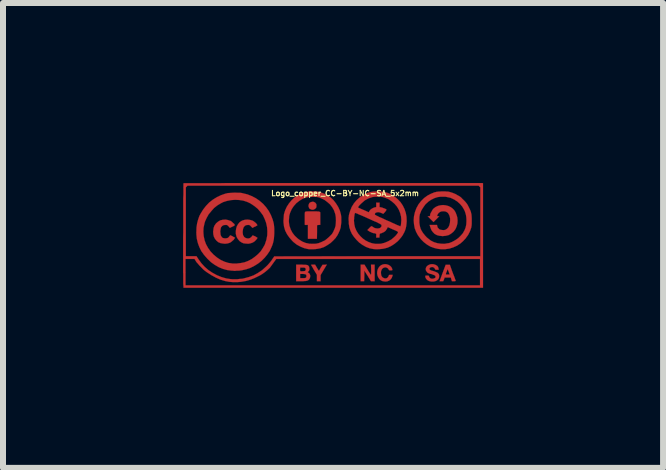
<source format=kicad_pcb>
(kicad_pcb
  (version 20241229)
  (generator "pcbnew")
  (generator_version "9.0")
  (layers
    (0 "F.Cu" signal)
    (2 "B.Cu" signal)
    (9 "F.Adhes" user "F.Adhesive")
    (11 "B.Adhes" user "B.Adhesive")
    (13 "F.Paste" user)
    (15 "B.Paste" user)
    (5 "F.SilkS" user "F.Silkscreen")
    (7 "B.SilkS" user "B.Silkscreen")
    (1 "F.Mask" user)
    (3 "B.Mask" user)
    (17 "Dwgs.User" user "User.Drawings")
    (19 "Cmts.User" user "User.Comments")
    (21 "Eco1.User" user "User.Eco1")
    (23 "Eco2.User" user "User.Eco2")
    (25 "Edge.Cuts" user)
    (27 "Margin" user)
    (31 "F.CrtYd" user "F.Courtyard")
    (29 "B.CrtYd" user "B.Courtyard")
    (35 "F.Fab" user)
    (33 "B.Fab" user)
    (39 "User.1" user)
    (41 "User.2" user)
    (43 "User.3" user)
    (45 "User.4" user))
  (footprint "Logo_copper_CC-BY-NC-SA_5x2mm"
    (layer "F.Cu")
    (at 2.501 0.872)
    (property "Reference" "Logo_copper_CC-BY-NC-SA_5x2mm" (at 0.2 -0.7 0) (layer "F.SilkS") (effects (font (size 0.089 0.089) (thickness 0.018))))
    (attr exclude_from_pos_files exclude_from_bom)
    (fp_poly (pts (xy -0.277 -0.488) (xy -0.279 -0.467) (xy -0.29 -0.45) (xy -0.307 -0.437) (xy -0.33 -0.427) (xy -0.345 -0.427) (xy -0.363 -0.429) (xy -0.366 -0.432) (xy -0.378 -0.437) (xy -0.386 -0.439) (xy -0.391 -0.442) (xy -0.396 -0.452) (xy -0.399 -0.455) (xy -0.409 -0.48) (xy -0.409 -0.503) (xy -0.401 -0.526) (xy -0.389 -0.544) (xy -0.368 -0.554) (xy -0.343 -0.559) (xy -0.34 -0.561) (xy -0.318 -0.556) (xy -0.297 -0.544) (xy -0.284 -0.528) (xy -0.277 -0.511) (xy -0.277 -0.488)) (stroke (width 0.003) (type solid)) (fill yes) (layer "F.Cu"))
    (fp_poly (pts (xy 0.693 0.765) (xy 0.663 0.765) (xy 0.632 0.765) (xy 0.577 0.676) (xy 0.521 0.587) (xy 0.521 0.676) (xy 0.518 0.765) (xy 0.488 0.765) (xy 0.46 0.765) (xy 0.46 0.627) (xy 0.46 0.488) (xy 0.49 0.488) (xy 0.523 0.488) (xy 0.577 0.577) (xy 0.592 0.602) (xy 0.607 0.625) (xy 0.62 0.643) (xy 0.627 0.655) (xy 0.632 0.66) (xy 0.632 0.655) (xy 0.635 0.643) (xy 0.635 0.622) (xy 0.635 0.597) (xy 0.635 0.574) (xy 0.632 0.488) (xy 0.663 0.488) (xy 0.693 0.488) (xy 0.693 0.627) (xy 0.693 0.765)) (stroke (width 0.003) (type solid)) (fill yes) (layer "F.Cu"))
    (fp_poly (pts (xy -0.104 0.488) (xy -0.157 0.577) (xy -0.208 0.663) (xy -0.208 0.714) (xy -0.208 0.765) (xy -0.239 0.765) (xy -0.269 0.765) (xy -0.269 0.711) (xy -0.269 0.658) (xy -0.318 0.577) (xy -0.333 0.551) (xy -0.345 0.528) (xy -0.356 0.511) (xy -0.363 0.498) (xy -0.368 0.493) (xy -0.363 0.49) (xy -0.353 0.49) (xy -0.335 0.488) (xy -0.3 0.488) (xy -0.269 0.541) (xy -0.254 0.566) (xy -0.244 0.582) (xy -0.236 0.589) (xy -0.234 0.589) (xy -0.229 0.582) (xy -0.221 0.569) (xy -0.211 0.549) (xy -0.203 0.536) (xy -0.175 0.49) (xy -0.14 0.49) (xy -0.104 0.488)) (stroke (width 0.003) (type solid)) (fill yes) (layer "F.Cu"))
    (fp_poly (pts (xy 2.045 0.759) (xy 2.04 0.762) (xy 2.027 0.765) (xy 2.012 0.765) (xy 1.981 0.765) (xy 1.971 0.734) (xy 1.963 0.704) (xy 1.943 0.704) (xy 1.943 0.653) (xy 1.928 0.61) (xy 1.92 0.589) (xy 1.915 0.574) (xy 1.91 0.569) (xy 1.91 0.566) (xy 1.905 0.574) (xy 1.9 0.587) (xy 1.895 0.602) (xy 1.887 0.62) (xy 1.882 0.635) (xy 1.88 0.648) (xy 1.88 0.65) (xy 1.885 0.653) (xy 1.895 0.653) (xy 1.91 0.653) (xy 1.943 0.653) (xy 1.943 0.704) (xy 1.91 0.704) (xy 1.859 0.704) (xy 1.849 0.734) (xy 1.836 0.765) (xy 1.806 0.765) (xy 1.775 0.765) (xy 1.826 0.627) (xy 1.877 0.49) (xy 1.913 0.49) (xy 1.946 0.49) (xy 1.994 0.625) (xy 2.007 0.658) (xy 2.019 0.688) (xy 2.029 0.716) (xy 2.037 0.739) (xy 2.042 0.752) (xy 2.045 0.759)) (stroke (width 0.003) (type solid)) (fill yes) (layer "F.Cu"))
    (fp_poly (pts (xy -0.213 -0.353) (xy -0.213 -0.338) (xy -0.213 -0.318) (xy -0.213 -0.29) (xy -0.213 -0.264) (xy -0.213 -0.175) (xy -0.239 -0.173) (xy -0.267 -0.17) (xy -0.267 -0.056) (xy -0.269 0.058) (xy -0.343 0.058) (xy -0.419 0.058) (xy -0.419 -0.056) (xy -0.419 -0.175) (xy -0.439 -0.173) (xy -0.455 -0.173) (xy -0.465 -0.173) (xy -0.467 -0.173) (xy -0.47 -0.175) (xy -0.472 -0.183) (xy -0.472 -0.198) (xy -0.472 -0.221) (xy -0.472 -0.249) (xy -0.472 -0.274) (xy -0.472 -0.31) (xy -0.472 -0.338) (xy -0.472 -0.358) (xy -0.47 -0.371) (xy -0.47 -0.381) (xy -0.467 -0.386) (xy -0.465 -0.389) (xy -0.462 -0.391) (xy -0.46 -0.394) (xy -0.455 -0.396) (xy -0.445 -0.396) (xy -0.432 -0.399) (xy -0.411 -0.399) (xy -0.386 -0.399) (xy -0.351 -0.399) (xy -0.343 -0.399) (xy -0.305 -0.399) (xy -0.274 -0.399) (xy -0.251 -0.396) (xy -0.234 -0.396) (xy -0.224 -0.391) (xy -0.216 -0.386) (xy -0.213 -0.381) (xy -0.213 -0.371) (xy -0.213 -0.361) (xy -0.213 -0.353)) (stroke (width 0.003) (type solid)) (fill yes) (layer "F.Cu"))
    (fp_poly (pts (xy 0.993 0.658) (xy 0.991 0.673) (xy 0.978 0.709) (xy 0.96 0.734) (xy 0.935 0.754) (xy 0.904 0.767) (xy 0.869 0.77) (xy 0.846 0.767) (xy 0.82 0.762) (xy 0.8 0.752) (xy 0.78 0.737) (xy 0.77 0.726) (xy 0.752 0.699) (xy 0.739 0.665) (xy 0.734 0.632) (xy 0.737 0.597) (xy 0.747 0.561) (xy 0.765 0.531) (xy 0.775 0.518) (xy 0.8 0.498) (xy 0.831 0.485) (xy 0.864 0.48) (xy 0.894 0.483) (xy 0.925 0.493) (xy 0.95 0.508) (xy 0.973 0.531) (xy 0.978 0.544) (xy 0.986 0.559) (xy 0.988 0.572) (xy 0.988 0.574) (xy 0.988 0.579) (xy 0.983 0.582) (xy 0.97 0.584) (xy 0.963 0.584) (xy 0.945 0.584) (xy 0.937 0.582) (xy 0.93 0.577) (xy 0.927 0.569) (xy 0.912 0.549) (xy 0.892 0.538) (xy 0.871 0.533) (xy 0.848 0.538) (xy 0.828 0.549) (xy 0.813 0.566) (xy 0.808 0.577) (xy 0.8 0.597) (xy 0.798 0.622) (xy 0.8 0.65) (xy 0.805 0.673) (xy 0.808 0.678) (xy 0.823 0.699) (xy 0.843 0.711) (xy 0.866 0.719) (xy 0.889 0.716) (xy 0.899 0.711) (xy 0.912 0.701) (xy 0.922 0.686) (xy 0.93 0.671) (xy 0.93 0.665) (xy 0.93 0.663) (xy 0.937 0.66) (xy 0.953 0.658) (xy 0.96 0.658) (xy 0.993 0.658)) (stroke (width 0.003) (type solid)) (fill yes) (layer "F.Cu"))
    (fp_poly (pts (xy -1.633 0.041) (xy -1.643 0.053) (xy -1.656 0.074) (xy -1.676 0.091) (xy -1.697 0.109) (xy -1.717 0.122) (xy -1.722 0.124) (xy -1.758 0.135) (xy -1.801 0.14) (xy -1.831 0.137) (xy -1.875 0.13) (xy -1.913 0.114) (xy -1.943 0.089) (xy -1.968 0.058) (xy -1.986 0.023) (xy -1.996 -0.018) (xy -1.999 -0.066) (xy -1.996 -0.079) (xy -1.991 -0.122) (xy -1.979 -0.157) (xy -1.956 -0.191) (xy -1.948 -0.201) (xy -1.915 -0.229) (xy -1.88 -0.249) (xy -1.839 -0.259) (xy -1.793 -0.262) (xy -1.773 -0.259) (xy -1.75 -0.254) (xy -1.727 -0.246) (xy -1.709 -0.241) (xy -1.694 -0.231) (xy -1.679 -0.218) (xy -1.664 -0.203) (xy -1.648 -0.191) (xy -1.641 -0.178) (xy -1.638 -0.17) (xy -1.643 -0.165) (xy -1.654 -0.157) (xy -1.671 -0.147) (xy -1.679 -0.145) (xy -1.72 -0.124) (xy -1.742 -0.15) (xy -1.755 -0.163) (xy -1.765 -0.17) (xy -1.775 -0.173) (xy -1.788 -0.173) (xy -1.796 -0.173) (xy -1.824 -0.17) (xy -1.847 -0.157) (xy -1.864 -0.137) (xy -1.867 -0.135) (xy -1.872 -0.117) (xy -1.877 -0.091) (xy -1.88 -0.064) (xy -1.877 -0.036) (xy -1.875 -0.01) (xy -1.872 0) (xy -1.859 0.023) (xy -1.844 0.041) (xy -1.821 0.048) (xy -1.796 0.051) (xy -1.77 0.048) (xy -1.75 0.041) (xy -1.735 0.025) (xy -1.727 0.015) (xy -1.72 0.005) (xy -1.712 0) (xy -1.707 0) (xy -1.694 0.008) (xy -1.676 0.015) (xy -1.671 0.02) (xy -1.633 0.041)) (stroke (width 0.003) (type solid)) (fill yes) (layer "F.Cu"))
    (fp_poly (pts (xy -1.262 0.038) (xy -1.262 0.046) (xy -1.267 0.056) (xy -1.275 0.066) (xy -1.303 0.097) (xy -1.336 0.119) (xy -1.372 0.132) (xy -1.412 0.14) (xy -1.458 0.137) (xy -1.496 0.132) (xy -1.527 0.117) (xy -1.557 0.097) (xy -1.562 0.091) (xy -1.587 0.061) (xy -1.608 0.025) (xy -1.618 -0.015) (xy -1.621 -0.023) (xy -1.621 -0.069) (xy -1.615 -0.112) (xy -1.603 -0.152) (xy -1.582 -0.188) (xy -1.557 -0.218) (xy -1.527 -0.239) (xy -1.506 -0.249) (xy -1.468 -0.259) (xy -1.427 -0.262) (xy -1.384 -0.257) (xy -1.346 -0.246) (xy -1.341 -0.244) (xy -1.323 -0.234) (xy -1.303 -0.218) (xy -1.285 -0.203) (xy -1.27 -0.185) (xy -1.267 -0.178) (xy -1.262 -0.173) (xy -1.262 -0.168) (xy -1.267 -0.163) (xy -1.278 -0.157) (xy -1.295 -0.147) (xy -1.303 -0.145) (xy -1.344 -0.124) (xy -1.369 -0.15) (xy -1.382 -0.163) (xy -1.392 -0.17) (xy -1.4 -0.173) (xy -1.415 -0.173) (xy -1.42 -0.173) (xy -1.448 -0.17) (xy -1.468 -0.16) (xy -1.486 -0.14) (xy -1.494 -0.127) (xy -1.501 -0.102) (xy -1.506 -0.069) (xy -1.506 -0.038) (xy -1.501 -0.008) (xy -1.496 0.005) (xy -1.481 0.028) (xy -1.46 0.043) (xy -1.435 0.051) (xy -1.41 0.053) (xy -1.387 0.046) (xy -1.364 0.03) (xy -1.354 0.018) (xy -1.344 0.008) (xy -1.344 0.003) (xy -1.341 0) (xy -1.333 0.003) (xy -1.321 0.008) (xy -1.303 0.015) (xy -1.285 0.025) (xy -1.273 0.033) (xy -1.262 0.038)) (stroke (width 0.003) (type solid)) (fill yes) (layer "F.Cu"))
    (fp_poly (pts (xy -0.381 0.693) (xy -0.389 0.719) (xy -0.404 0.742) (xy -0.427 0.754) (xy -0.434 0.757) (xy -0.445 0.759) (xy -0.445 0.678) (xy -0.445 0.663) (xy -0.452 0.653) (xy -0.455 0.653) (xy -0.455 0.564) (xy -0.46 0.551) (xy -0.462 0.546) (xy -0.47 0.541) (xy -0.483 0.538) (xy -0.503 0.538) (xy -0.508 0.538) (xy -0.549 0.538) (xy -0.549 0.554) (xy -0.551 0.572) (xy -0.549 0.584) (xy -0.549 0.592) (xy -0.546 0.597) (xy -0.538 0.599) (xy -0.523 0.599) (xy -0.513 0.599) (xy -0.488 0.597) (xy -0.47 0.594) (xy -0.465 0.592) (xy -0.457 0.579) (xy -0.455 0.564) (xy -0.455 0.653) (xy -0.465 0.648) (xy -0.483 0.645) (xy -0.508 0.643) (xy -0.549 0.643) (xy -0.549 0.678) (xy -0.549 0.714) (xy -0.505 0.714) (xy -0.483 0.714) (xy -0.467 0.711) (xy -0.457 0.709) (xy -0.452 0.706) (xy -0.445 0.693) (xy -0.445 0.678) (xy -0.445 0.759) (xy -0.447 0.759) (xy -0.46 0.762) (xy -0.48 0.762) (xy -0.505 0.765) (xy -0.531 0.765) (xy -0.615 0.765) (xy -0.615 0.627) (xy -0.615 0.488) (xy -0.531 0.488) (xy -0.495 0.49) (xy -0.467 0.49) (xy -0.447 0.493) (xy -0.432 0.495) (xy -0.419 0.5) (xy -0.411 0.508) (xy -0.406 0.513) (xy -0.399 0.526) (xy -0.396 0.546) (xy -0.394 0.566) (xy -0.396 0.577) (xy -0.401 0.589) (xy -0.411 0.602) (xy -0.414 0.602) (xy -0.422 0.612) (xy -0.422 0.617) (xy -0.419 0.617) (xy -0.406 0.627) (xy -0.391 0.64) (xy -0.384 0.658) (xy -0.381 0.665) (xy -0.381 0.693)) (stroke (width 0.003) (type solid)) (fill yes) (layer "F.Cu"))
    (fp_poly (pts (xy 1.768 0.693) (xy 1.763 0.714) (xy 1.753 0.732) (xy 1.748 0.737) (xy 1.73 0.752) (xy 1.702 0.765) (xy 1.671 0.77) (xy 1.641 0.77) (xy 1.636 0.77) (xy 1.6 0.762) (xy 1.572 0.747) (xy 1.552 0.726) (xy 1.539 0.701) (xy 1.539 0.699) (xy 1.537 0.683) (xy 1.539 0.673) (xy 1.547 0.671) (xy 1.565 0.671) (xy 1.57 0.671) (xy 1.585 0.671) (xy 1.593 0.673) (xy 1.598 0.681) (xy 1.6 0.688) (xy 1.61 0.706) (xy 1.628 0.719) (xy 1.648 0.724) (xy 1.674 0.721) (xy 1.687 0.716) (xy 1.702 0.709) (xy 1.709 0.696) (xy 1.707 0.683) (xy 1.704 0.676) (xy 1.697 0.668) (xy 1.684 0.663) (xy 1.664 0.655) (xy 1.638 0.645) (xy 1.623 0.643) (xy 1.6 0.635) (xy 1.582 0.627) (xy 1.572 0.62) (xy 1.565 0.612) (xy 1.549 0.589) (xy 1.544 0.566) (xy 1.547 0.544) (xy 1.557 0.523) (xy 1.575 0.505) (xy 1.595 0.493) (xy 1.621 0.483) (xy 1.651 0.48) (xy 1.679 0.483) (xy 1.709 0.493) (xy 1.735 0.508) (xy 1.75 0.528) (xy 1.758 0.554) (xy 1.76 0.574) (xy 1.732 0.574) (xy 1.714 0.574) (xy 1.707 0.572) (xy 1.702 0.566) (xy 1.697 0.559) (xy 1.689 0.544) (xy 1.671 0.533) (xy 1.654 0.528) (xy 1.633 0.531) (xy 1.618 0.538) (xy 1.615 0.541) (xy 1.608 0.551) (xy 1.605 0.561) (xy 1.61 0.569) (xy 1.613 0.574) (xy 1.623 0.579) (xy 1.643 0.589) (xy 1.674 0.597) (xy 1.676 0.597) (xy 1.709 0.61) (xy 1.735 0.62) (xy 1.75 0.632) (xy 1.763 0.648) (xy 1.768 0.665) (xy 1.768 0.671) (xy 1.768 0.693)) (stroke (width 0.003) (type solid)) (fill yes) (layer "F.Cu"))
    (fp_poly (pts (xy 2.075 -0.251) (xy 2.073 -0.203) (xy 2.062 -0.157) (xy 2.045 -0.114) (xy 2.035 -0.097) (xy 2.019 -0.076) (xy 2.004 -0.058) (xy 2.002 -0.056) (xy 1.963 -0.025) (xy 1.923 -0.003) (xy 1.875 0.008) (xy 1.826 0.013) (xy 1.778 0.008) (xy 1.775 0.008) (xy 1.732 -0.003) (xy 1.694 -0.023) (xy 1.664 -0.053) (xy 1.638 -0.089) (xy 1.621 -0.135) (xy 1.613 -0.16) (xy 1.608 -0.173) (xy 1.671 -0.173) (xy 1.732 -0.173) (xy 1.737 -0.152) (xy 1.742 -0.132) (xy 1.758 -0.114) (xy 1.773 -0.099) (xy 1.775 -0.099) (xy 1.786 -0.094) (xy 1.801 -0.091) (xy 1.814 -0.089) (xy 1.847 -0.086) (xy 1.877 -0.094) (xy 1.902 -0.112) (xy 1.923 -0.135) (xy 1.938 -0.168) (xy 1.948 -0.208) (xy 1.951 -0.244) (xy 1.951 -0.282) (xy 1.943 -0.318) (xy 1.933 -0.345) (xy 1.93 -0.348) (xy 1.915 -0.373) (xy 1.892 -0.389) (xy 1.869 -0.399) (xy 1.836 -0.401) (xy 1.806 -0.399) (xy 1.781 -0.389) (xy 1.758 -0.371) (xy 1.745 -0.353) (xy 1.737 -0.335) (xy 1.735 -0.325) (xy 1.737 -0.32) (xy 1.75 -0.32) (xy 1.753 -0.318) (xy 1.77 -0.318) (xy 1.722 -0.269) (xy 1.674 -0.221) (xy 1.626 -0.269) (xy 1.577 -0.318) (xy 1.595 -0.318) (xy 1.61 -0.32) (xy 1.618 -0.33) (xy 1.618 -0.343) (xy 1.621 -0.356) (xy 1.628 -0.373) (xy 1.641 -0.394) (xy 1.651 -0.414) (xy 1.664 -0.434) (xy 1.676 -0.447) (xy 1.709 -0.472) (xy 1.748 -0.49) (xy 1.788 -0.5) (xy 1.834 -0.505) (xy 1.877 -0.5) (xy 1.923 -0.488) (xy 1.951 -0.475) (xy 1.986 -0.452) (xy 2.017 -0.422) (xy 2.04 -0.386) (xy 2.057 -0.343) (xy 2.07 -0.3) (xy 2.075 -0.251)) (stroke (width 0.003) (type solid)) (fill yes) (layer "F.Cu"))
    (fp_poly (pts (xy -0.98 -0.069) (xy -0.98 -0.033) (xy -0.983 0.013) (xy -0.986 0.056) (xy -0.993 0.094) (xy -1.001 0.13) (xy -1.013 0.165) (xy -1.024 0.191) (xy -1.054 0.257) (xy -1.095 0.318) (xy -1.095 -0.069) (xy -1.1 -0.137) (xy -1.115 -0.206) (xy -1.138 -0.269) (xy -1.168 -0.333) (xy -1.209 -0.389) (xy -1.255 -0.442) (xy -1.311 -0.488) (xy -1.372 -0.528) (xy -1.374 -0.531) (xy -1.435 -0.559) (xy -1.499 -0.579) (xy -1.565 -0.589) (xy -1.633 -0.592) (xy -1.702 -0.587) (xy -1.768 -0.574) (xy -1.831 -0.554) (xy -1.872 -0.533) (xy -1.93 -0.498) (xy -1.984 -0.455) (xy -2.029 -0.404) (xy -2.073 -0.351) (xy -2.106 -0.292) (xy -2.134 -0.231) (xy -2.144 -0.196) (xy -2.159 -0.124) (xy -2.162 -0.053) (xy -2.156 0.015) (xy -2.141 0.084) (xy -2.118 0.147) (xy -2.083 0.211) (xy -2.042 0.269) (xy -1.991 0.323) (xy -1.933 0.371) (xy -1.875 0.409) (xy -1.811 0.439) (xy -1.745 0.46) (xy -1.676 0.47) (xy -1.603 0.47) (xy -1.537 0.462) (xy -1.476 0.45) (xy -1.415 0.427) (xy -1.356 0.396) (xy -1.303 0.358) (xy -1.252 0.315) (xy -1.206 0.267) (xy -1.171 0.213) (xy -1.14 0.16) (xy -1.133 0.142) (xy -1.11 0.071) (xy -1.097 0) (xy -1.095 -0.069) (xy -1.095 0.318) (xy -1.14 0.373) (xy -1.194 0.427) (xy -1.252 0.472) (xy -1.316 0.511) (xy -1.382 0.544) (xy -1.448 0.566) (xy -1.519 0.582) (xy -1.552 0.587) (xy -1.582 0.589) (xy -1.608 0.589) (xy -1.631 0.592) (xy -1.648 0.592) (xy -1.669 0.589) (xy -1.687 0.589) (xy -1.763 0.579) (xy -1.836 0.559) (xy -1.905 0.531) (xy -1.971 0.493) (xy -2.035 0.447) (xy -2.095 0.389) (xy -2.149 0.328) (xy -2.195 0.264) (xy -2.228 0.198) (xy -2.253 0.13) (xy -2.271 0.056) (xy -2.278 -0.018) (xy -2.278 -0.058) (xy -2.276 -0.13) (xy -2.266 -0.198) (xy -2.25 -0.259) (xy -2.228 -0.323) (xy -2.207 -0.361) (xy -2.167 -0.427) (xy -2.118 -0.49) (xy -2.065 -0.546) (xy -2.004 -0.594) (xy -1.938 -0.635) (xy -1.869 -0.668) (xy -1.798 -0.693) (xy -1.753 -0.704) (xy -1.72 -0.706) (xy -1.679 -0.709) (xy -1.636 -0.711) (xy -1.593 -0.709) (xy -1.549 -0.709) (xy -1.514 -0.704) (xy -1.506 -0.701) (xy -1.43 -0.683) (xy -1.359 -0.655) (xy -1.29 -0.62) (xy -1.227 -0.577) (xy -1.168 -0.526) (xy -1.118 -0.47) (xy -1.072 -0.406) (xy -1.036 -0.338) (xy -1.008 -0.267) (xy -1.003 -0.249) (xy -0.993 -0.213) (xy -0.986 -0.18) (xy -0.983 -0.147) (xy -0.98 -0.109) (xy -0.98 -0.069)) (stroke (width 0.003) (type solid)) (fill yes) (layer "F.Cu"))
    (fp_poly (pts (xy 2.311 -0.239) (xy 2.311 -0.198) (xy 2.309 -0.165) (xy 2.304 -0.137) (xy 2.304 -0.132) (xy 2.281 -0.066) (xy 2.25 -0.005) (xy 2.223 0.03) (xy 2.223 -0.234) (xy 2.223 -0.264) (xy 2.22 -0.305) (xy 2.215 -0.338) (xy 2.207 -0.368) (xy 2.197 -0.399) (xy 2.184 -0.427) (xy 2.154 -0.478) (xy 2.116 -0.523) (xy 2.07 -0.564) (xy 2.019 -0.597) (xy 1.966 -0.622) (xy 1.951 -0.627) (xy 1.915 -0.635) (xy 1.875 -0.643) (xy 1.829 -0.643) (xy 1.788 -0.643) (xy 1.75 -0.638) (xy 1.745 -0.638) (xy 1.689 -0.62) (xy 1.633 -0.592) (xy 1.585 -0.559) (xy 1.539 -0.516) (xy 1.504 -0.467) (xy 1.471 -0.414) (xy 1.453 -0.368) (xy 1.445 -0.348) (xy 1.443 -0.333) (xy 1.44 -0.318) (xy 1.438 -0.3) (xy 1.438 -0.279) (xy 1.438 -0.251) (xy 1.438 -0.208) (xy 1.443 -0.173) (xy 1.45 -0.14) (xy 1.46 -0.107) (xy 1.473 -0.081) (xy 1.496 -0.043) (xy 1.527 -0.003) (xy 1.56 0.033) (xy 1.598 0.064) (xy 1.631 0.089) (xy 1.681 0.114) (xy 1.74 0.132) (xy 1.798 0.14) (xy 1.857 0.142) (xy 1.915 0.132) (xy 1.933 0.13) (xy 1.986 0.109) (xy 2.037 0.081) (xy 2.085 0.048) (xy 2.126 0.008) (xy 2.162 -0.033) (xy 2.189 -0.081) (xy 2.192 -0.086) (xy 2.21 -0.132) (xy 2.22 -0.18) (xy 2.223 -0.234) (xy 2.223 0.03) (xy 2.212 0.048) (xy 2.164 0.099) (xy 2.123 0.135) (xy 2.065 0.173) (xy 2.002 0.201) (xy 1.938 0.221) (xy 1.869 0.231) (xy 1.798 0.231) (xy 1.75 0.226) (xy 1.687 0.211) (xy 1.623 0.188) (xy 1.567 0.155) (xy 1.511 0.112) (xy 1.463 0.064) (xy 1.455 0.053) (xy 1.415 0) (xy 1.384 -0.058) (xy 1.361 -0.119) (xy 1.349 -0.185) (xy 1.344 -0.251) (xy 1.349 -0.318) (xy 1.364 -0.384) (xy 1.387 -0.447) (xy 1.394 -0.462) (xy 1.427 -0.521) (xy 1.468 -0.572) (xy 1.516 -0.62) (xy 1.57 -0.66) (xy 1.628 -0.691) (xy 1.689 -0.716) (xy 1.704 -0.719) (xy 1.722 -0.724) (xy 1.737 -0.726) (xy 1.758 -0.729) (xy 1.778 -0.729) (xy 1.806 -0.732) (xy 1.831 -0.732) (xy 1.864 -0.732) (xy 1.892 -0.729) (xy 1.913 -0.729) (xy 1.93 -0.726) (xy 1.948 -0.721) (xy 1.956 -0.719) (xy 1.996 -0.706) (xy 2.04 -0.688) (xy 2.08 -0.665) (xy 2.111 -0.648) (xy 2.134 -0.63) (xy 2.156 -0.607) (xy 2.182 -0.582) (xy 2.207 -0.556) (xy 2.225 -0.533) (xy 2.233 -0.523) (xy 2.25 -0.493) (xy 2.268 -0.457) (xy 2.286 -0.419) (xy 2.299 -0.384) (xy 2.299 -0.376) (xy 2.306 -0.351) (xy 2.309 -0.315) (xy 2.311 -0.277) (xy 2.311 -0.239)) (stroke (width 0.003) (type solid)) (fill yes) (layer "F.Cu"))
    (fp_poly (pts (xy 0.137 -0.262) (xy 0.137 -0.216) (xy 0.132 -0.173) (xy 0.127 -0.132) (xy 0.124 -0.122) (xy 0.112 -0.084) (xy 0.094 -0.043) (xy 0.074 -0.003) (xy 0.053 0.028) (xy 0.048 0.033) (xy 0.048 -0.249) (xy 0.046 -0.302) (xy 0.038 -0.351) (xy 0.023 -0.396) (xy 0.013 -0.422) (xy -0.015 -0.47) (xy -0.051 -0.516) (xy -0.097 -0.556) (xy -0.145 -0.592) (xy -0.198 -0.617) (xy -0.229 -0.63) (xy -0.246 -0.635) (xy -0.262 -0.638) (xy -0.279 -0.64) (xy -0.3 -0.64) (xy -0.328 -0.64) (xy -0.34 -0.64) (xy -0.373 -0.64) (xy -0.396 -0.64) (xy -0.414 -0.638) (xy -0.429 -0.635) (xy -0.447 -0.632) (xy -0.455 -0.63) (xy -0.511 -0.607) (xy -0.564 -0.574) (xy -0.612 -0.536) (xy -0.653 -0.49) (xy -0.688 -0.439) (xy -0.714 -0.381) (xy -0.724 -0.351) (xy -0.732 -0.318) (xy -0.734 -0.279) (xy -0.737 -0.241) (xy -0.734 -0.201) (xy -0.729 -0.168) (xy -0.726 -0.155) (xy -0.706 -0.097) (xy -0.676 -0.041) (xy -0.638 0.008) (xy -0.592 0.051) (xy -0.566 0.071) (xy -0.513 0.104) (xy -0.457 0.127) (xy -0.396 0.14) (xy -0.335 0.142) (xy -0.284 0.14) (xy -0.239 0.13) (xy -0.193 0.112) (xy -0.15 0.091) (xy -0.137 0.086) (xy -0.122 0.074) (xy -0.102 0.058) (xy -0.079 0.038) (xy -0.058 0.02) (xy -0.058 0.018) (xy -0.036 -0.003) (xy -0.02 -0.02) (xy -0.008 -0.038) (xy 0.003 -0.058) (xy 0.008 -0.069) (xy 0.028 -0.114) (xy 0.041 -0.155) (xy 0.046 -0.201) (xy 0.048 -0.249) (xy 0.048 0.033) (xy 0.048 0.038) (xy 0.005 0.084) (xy -0.041 0.127) (xy -0.097 0.165) (xy -0.152 0.196) (xy -0.211 0.216) (xy -0.224 0.218) (xy -0.254 0.224) (xy -0.29 0.229) (xy -0.325 0.231) (xy -0.363 0.231) (xy -0.396 0.231) (xy -0.417 0.229) (xy -0.483 0.213) (xy -0.544 0.188) (xy -0.605 0.155) (xy -0.66 0.112) (xy -0.683 0.089) (xy -0.729 0.036) (xy -0.767 -0.018) (xy -0.798 -0.079) (xy -0.813 -0.13) (xy -0.818 -0.15) (xy -0.82 -0.17) (xy -0.823 -0.193) (xy -0.826 -0.216) (xy -0.826 -0.246) (xy -0.823 -0.292) (xy -0.82 -0.33) (xy -0.818 -0.353) (xy -0.798 -0.417) (xy -0.77 -0.478) (xy -0.734 -0.533) (xy -0.691 -0.584) (xy -0.643 -0.63) (xy -0.589 -0.668) (xy -0.531 -0.699) (xy -0.467 -0.719) (xy -0.455 -0.721) (xy -0.424 -0.726) (xy -0.389 -0.732) (xy -0.348 -0.732) (xy -0.305 -0.732) (xy -0.267 -0.729) (xy -0.234 -0.724) (xy -0.216 -0.719) (xy -0.152 -0.696) (xy -0.091 -0.665) (xy -0.036 -0.627) (xy 0.01 -0.582) (xy 0.051 -0.528) (xy 0.086 -0.472) (xy 0.114 -0.409) (xy 0.132 -0.343) (xy 0.132 -0.34) (xy 0.137 -0.302) (xy 0.137 -0.262)) (stroke (width 0.003) (type solid)) (fill yes) (layer "F.Cu"))
    (fp_poly (pts (xy 2.499 0.874) (xy 2.454 0.874) (xy 2.454 0.348) (xy 2.454 -0.224) (xy 2.454 -0.8) (xy 2.438 -0.815) (xy 2.426 -0.828) (xy 0 -0.828) (xy -2.426 -0.828) (xy -2.438 -0.815) (xy -2.454 -0.8) (xy -2.454 -0.224) (xy -2.454 0.348) (xy -2.365 0.348) (xy -2.276 0.348) (xy -2.243 0.399) (xy -2.195 0.465) (xy -2.139 0.526) (xy -2.078 0.579) (xy -2.009 0.625) (xy -1.935 0.665) (xy -1.859 0.696) (xy -1.778 0.719) (xy -1.712 0.729) (xy -1.679 0.732) (xy -1.638 0.732) (xy -1.595 0.732) (xy -1.552 0.726) (xy -1.514 0.724) (xy -1.491 0.719) (xy -1.405 0.696) (xy -1.326 0.668) (xy -1.252 0.627) (xy -1.184 0.582) (xy -1.118 0.523) (xy -1.092 0.498) (xy -1.069 0.472) (xy -1.046 0.445) (xy -1.026 0.419) (xy -1.013 0.399) (xy -0.98 0.351) (xy 0.734 0.348) (xy 2.454 0.348) (xy 2.454 0.874) (xy 2.449 0.874) (xy 2.449 0.833) (xy 2.449 0.615) (xy 2.449 0.394) (xy 0.749 0.394) (xy -0.947 0.394) (xy -0.98 0.439) (xy -1.019 0.493) (xy -1.054 0.541) (xy -1.095 0.579) (xy -1.135 0.612) (xy -1.181 0.645) (xy -1.214 0.665) (xy -1.27 0.693) (xy -1.318 0.716) (xy -1.364 0.734) (xy -1.41 0.749) (xy -1.458 0.762) (xy -1.46 0.762) (xy -1.534 0.775) (xy -1.6 0.78) (xy -1.664 0.78) (xy -1.73 0.775) (xy -1.798 0.762) (xy -1.875 0.739) (xy -1.951 0.706) (xy -2.029 0.663) (xy -2.108 0.612) (xy -2.134 0.592) (xy -2.154 0.577) (xy -2.177 0.554) (xy -2.202 0.528) (xy -2.23 0.5) (xy -2.253 0.472) (xy -2.276 0.447) (xy -2.291 0.424) (xy -2.299 0.409) (xy -2.309 0.394) (xy -2.383 0.394) (xy -2.459 0.394) (xy -2.459 0.615) (xy -2.459 0.833) (xy -0.003 0.833) (xy 2.449 0.833) (xy 2.449 0.874) (xy 0.003 0.874) (xy -2.492 0.874) (xy -2.497 0.803) (xy -2.497 0.787) (xy -2.497 0.765) (xy -2.497 0.734) (xy -2.497 0.693) (xy -2.497 0.648) (xy -2.499 0.597) (xy -2.499 0.538) (xy -2.499 0.478) (xy -2.499 0.411) (xy -2.499 0.34) (xy -2.499 0.267) (xy -2.499 0.191) (xy -2.499 0.112) (xy -2.499 0.033) (xy -2.497 -0.043) (xy -2.497 -0.122) (xy -2.497 -0.201) (xy -2.497 -0.277) (xy -2.497 -0.353) (xy -2.497 -0.427) (xy -2.497 -0.495) (xy -2.497 -0.559) (xy -2.497 -0.62) (xy -2.494 -0.676) (xy -2.494 -0.726) (xy -2.494 -0.77) (xy -2.494 -0.805) (xy -2.494 -0.833) (xy -2.494 -0.853) (xy -2.492 -0.866) (xy -2.487 -0.869) (xy -2.471 -0.869) (xy -2.449 -0.869) (xy -2.416 -0.869) (xy -2.375 -0.869) (xy -2.324 -0.869) (xy -2.266 -0.869) (xy -2.202 -0.869) (xy -2.129 -0.869) (xy -2.05 -0.869) (xy -1.966 -0.869) (xy -1.875 -0.869) (xy -1.778 -0.871) (xy -1.676 -0.871) (xy -1.57 -0.871) (xy -1.458 -0.871) (xy -1.344 -0.871) (xy -1.224 -0.871) (xy -1.102 -0.871) (xy -0.975 -0.871) (xy -0.848 -0.871) (xy -0.719 -0.871) (xy -0.584 -0.871) (xy -0.452 -0.871) (xy -0.315 -0.871) (xy -0.18 -0.871) (xy -0.043 -0.871) (xy 0.091 -0.871) (xy 0.226 -0.871) (xy 0.363 -0.871) (xy 0.498 -0.871) (xy 0.63 -0.871) (xy 0.762 -0.871) (xy 0.892 -0.871) (xy 1.019 -0.871) (xy 1.143 -0.871) (xy 1.262 -0.871) (xy 1.382 -0.871) (xy 1.494 -0.871) (xy 1.603 -0.871) (xy 1.707 -0.871) (xy 1.806 -0.871) (xy 1.902 -0.871) (xy 1.989 -0.871) (xy 2.073 -0.871) (xy 2.146 -0.871) (xy 2.215 -0.871) (xy 2.278 -0.871) (xy 2.332 -0.871) (xy 2.377 -0.871) (xy 2.416 -0.871) (xy 2.443 -0.871) (xy 2.464 -0.871) (xy 2.474 -0.871) (xy 2.477 -0.871) (xy 2.499 -0.869) (xy 2.499 0.003) (xy 2.499 0.874)) (stroke (width 0.003) (type solid)) (fill yes) (layer "F.Cu"))
    (fp_poly (pts (xy 1.227 -0.236) (xy 1.224 -0.198) (xy 1.219 -0.155) (xy 1.212 -0.119) (xy 1.201 -0.084) (xy 1.186 -0.048) (xy 1.184 -0.046) (xy 1.161 -0.003) (xy 1.138 0.03) (xy 1.138 -0.254) (xy 1.133 -0.315) (xy 1.118 -0.373) (xy 1.095 -0.429) (xy 1.064 -0.48) (xy 1.024 -0.526) (xy 0.978 -0.566) (xy 0.925 -0.602) (xy 0.914 -0.607) (xy 0.871 -0.625) (xy 0.828 -0.638) (xy 0.78 -0.643) (xy 0.726 -0.643) (xy 0.696 -0.643) (xy 0.673 -0.64) (xy 0.655 -0.638) (xy 0.638 -0.632) (xy 0.617 -0.625) (xy 0.594 -0.617) (xy 0.569 -0.605) (xy 0.549 -0.594) (xy 0.546 -0.592) (xy 0.531 -0.584) (xy 0.513 -0.569) (xy 0.493 -0.551) (xy 0.47 -0.531) (xy 0.452 -0.513) (xy 0.434 -0.495) (xy 0.424 -0.48) (xy 0.419 -0.475) (xy 0.417 -0.467) (xy 0.419 -0.462) (xy 0.429 -0.457) (xy 0.439 -0.452) (xy 0.457 -0.445) (xy 0.48 -0.434) (xy 0.505 -0.424) (xy 0.521 -0.417) (xy 0.594 -0.384) (xy 0.607 -0.406) (xy 0.625 -0.429) (xy 0.65 -0.447) (xy 0.678 -0.46) (xy 0.691 -0.465) (xy 0.719 -0.47) (xy 0.719 -0.508) (xy 0.719 -0.544) (xy 0.747 -0.544) (xy 0.775 -0.544) (xy 0.775 -0.508) (xy 0.775 -0.47) (xy 0.805 -0.465) (xy 0.823 -0.46) (xy 0.843 -0.452) (xy 0.864 -0.445) (xy 0.879 -0.437) (xy 0.889 -0.429) (xy 0.892 -0.427) (xy 0.889 -0.422) (xy 0.881 -0.409) (xy 0.871 -0.396) (xy 0.866 -0.389) (xy 0.836 -0.358) (xy 0.808 -0.371) (xy 0.782 -0.381) (xy 0.757 -0.386) (xy 0.734 -0.384) (xy 0.714 -0.378) (xy 0.701 -0.368) (xy 0.696 -0.353) (xy 0.696 -0.348) (xy 0.699 -0.345) (xy 0.701 -0.34) (xy 0.709 -0.338) (xy 0.719 -0.33) (xy 0.732 -0.325) (xy 0.752 -0.315) (xy 0.777 -0.302) (xy 0.808 -0.29) (xy 0.846 -0.272) (xy 0.894 -0.249) (xy 0.907 -0.244) (xy 0.95 -0.226) (xy 0.991 -0.206) (xy 1.026 -0.191) (xy 1.059 -0.175) (xy 1.085 -0.165) (xy 1.105 -0.157) (xy 1.118 -0.15) (xy 1.123 -0.15) (xy 1.125 -0.155) (xy 1.13 -0.168) (xy 1.133 -0.188) (xy 1.133 -0.193) (xy 1.138 -0.254) (xy 1.138 0.03) (xy 1.135 0.033) (xy 1.105 0.069) (xy 1.082 0.094) (xy 1.082 -0.053) (xy 1.077 -0.061) (xy 1.064 -0.069) (xy 1.044 -0.079) (xy 1.016 -0.091) (xy 1.001 -0.097) (xy 0.912 -0.137) (xy 0.897 -0.107) (xy 0.876 -0.076) (xy 0.851 -0.056) (xy 0.818 -0.041) (xy 0.813 -0.038) (xy 0.795 -0.033) (xy 0.782 -0.028) (xy 0.777 -0.018) (xy 0.775 -0.005) (xy 0.775 0.005) (xy 0.772 0.038) (xy 0.747 0.038) (xy 0.719 0.038) (xy 0.719 0.005) (xy 0.719 -0.01) (xy 0.719 -0.023) (xy 0.714 -0.028) (xy 0.704 -0.03) (xy 0.688 -0.036) (xy 0.676 -0.036) (xy 0.658 -0.041) (xy 0.635 -0.051) (xy 0.612 -0.061) (xy 0.592 -0.074) (xy 0.584 -0.079) (xy 0.572 -0.089) (xy 0.605 -0.122) (xy 0.622 -0.14) (xy 0.635 -0.15) (xy 0.643 -0.152) (xy 0.645 -0.152) (xy 0.671 -0.135) (xy 0.693 -0.122) (xy 0.714 -0.117) (xy 0.739 -0.114) (xy 0.742 -0.114) (xy 0.77 -0.117) (xy 0.79 -0.127) (xy 0.803 -0.142) (xy 0.808 -0.157) (xy 0.805 -0.173) (xy 0.803 -0.178) (xy 0.798 -0.18) (xy 0.792 -0.185) (xy 0.782 -0.191) (xy 0.767 -0.198) (xy 0.749 -0.208) (xy 0.724 -0.221) (xy 0.691 -0.234) (xy 0.653 -0.251) (xy 0.607 -0.272) (xy 0.584 -0.282) (xy 0.541 -0.302) (xy 0.5 -0.32) (xy 0.465 -0.335) (xy 0.432 -0.348) (xy 0.406 -0.361) (xy 0.386 -0.368) (xy 0.373 -0.373) (xy 0.368 -0.373) (xy 0.363 -0.366) (xy 0.358 -0.351) (xy 0.356 -0.328) (xy 0.351 -0.302) (xy 0.351 -0.277) (xy 0.348 -0.251) (xy 0.348 -0.246) (xy 0.353 -0.188) (xy 0.366 -0.13) (xy 0.389 -0.076) (xy 0.419 -0.028) (xy 0.455 0.015) (xy 0.495 0.053) (xy 0.541 0.086) (xy 0.592 0.112) (xy 0.648 0.132) (xy 0.704 0.142) (xy 0.762 0.142) (xy 0.8 0.14) (xy 0.861 0.124) (xy 0.919 0.099) (xy 0.973 0.069) (xy 1.021 0.028) (xy 1.052 -0.003) (xy 1.064 -0.02) (xy 1.077 -0.036) (xy 1.082 -0.046) (xy 1.082 -0.053) (xy 1.082 0.094) (xy 1.079 0.097) (xy 1.024 0.142) (xy 0.968 0.178) (xy 0.907 0.206) (xy 0.848 0.221) (xy 0.818 0.226) (xy 0.782 0.229) (xy 0.747 0.231) (xy 0.711 0.231) (xy 0.681 0.229) (xy 0.676 0.229) (xy 0.61 0.216) (xy 0.549 0.193) (xy 0.49 0.16) (xy 0.434 0.119) (xy 0.391 0.076) (xy 0.348 0.025) (xy 0.315 -0.023) (xy 0.29 -0.076) (xy 0.272 -0.132) (xy 0.262 -0.196) (xy 0.262 -0.231) (xy 0.259 -0.264) (xy 0.259 -0.29) (xy 0.262 -0.31) (xy 0.264 -0.333) (xy 0.267 -0.348) (xy 0.287 -0.414) (xy 0.312 -0.475) (xy 0.348 -0.533) (xy 0.391 -0.584) (xy 0.442 -0.63) (xy 0.498 -0.668) (xy 0.533 -0.688) (xy 0.579 -0.709) (xy 0.622 -0.721) (xy 0.671 -0.729) (xy 0.719 -0.732) (xy 0.79 -0.732) (xy 0.859 -0.721) (xy 0.919 -0.704) (xy 0.98 -0.676) (xy 1.036 -0.638) (xy 1.077 -0.602) (xy 1.123 -0.554) (xy 1.161 -0.498) (xy 1.191 -0.437) (xy 1.212 -0.373) (xy 1.224 -0.307) (xy 1.227 -0.236)) (stroke (width 0.003) (type solid)) (fill yes) (layer "F.Cu")))
  (gr_rect
    (start -3 -3)
    (end 8.001 4.748)
    (stroke (width 0.1) (type default))
    (fill no)
    (layer "Edge.Cuts")))
</source>
